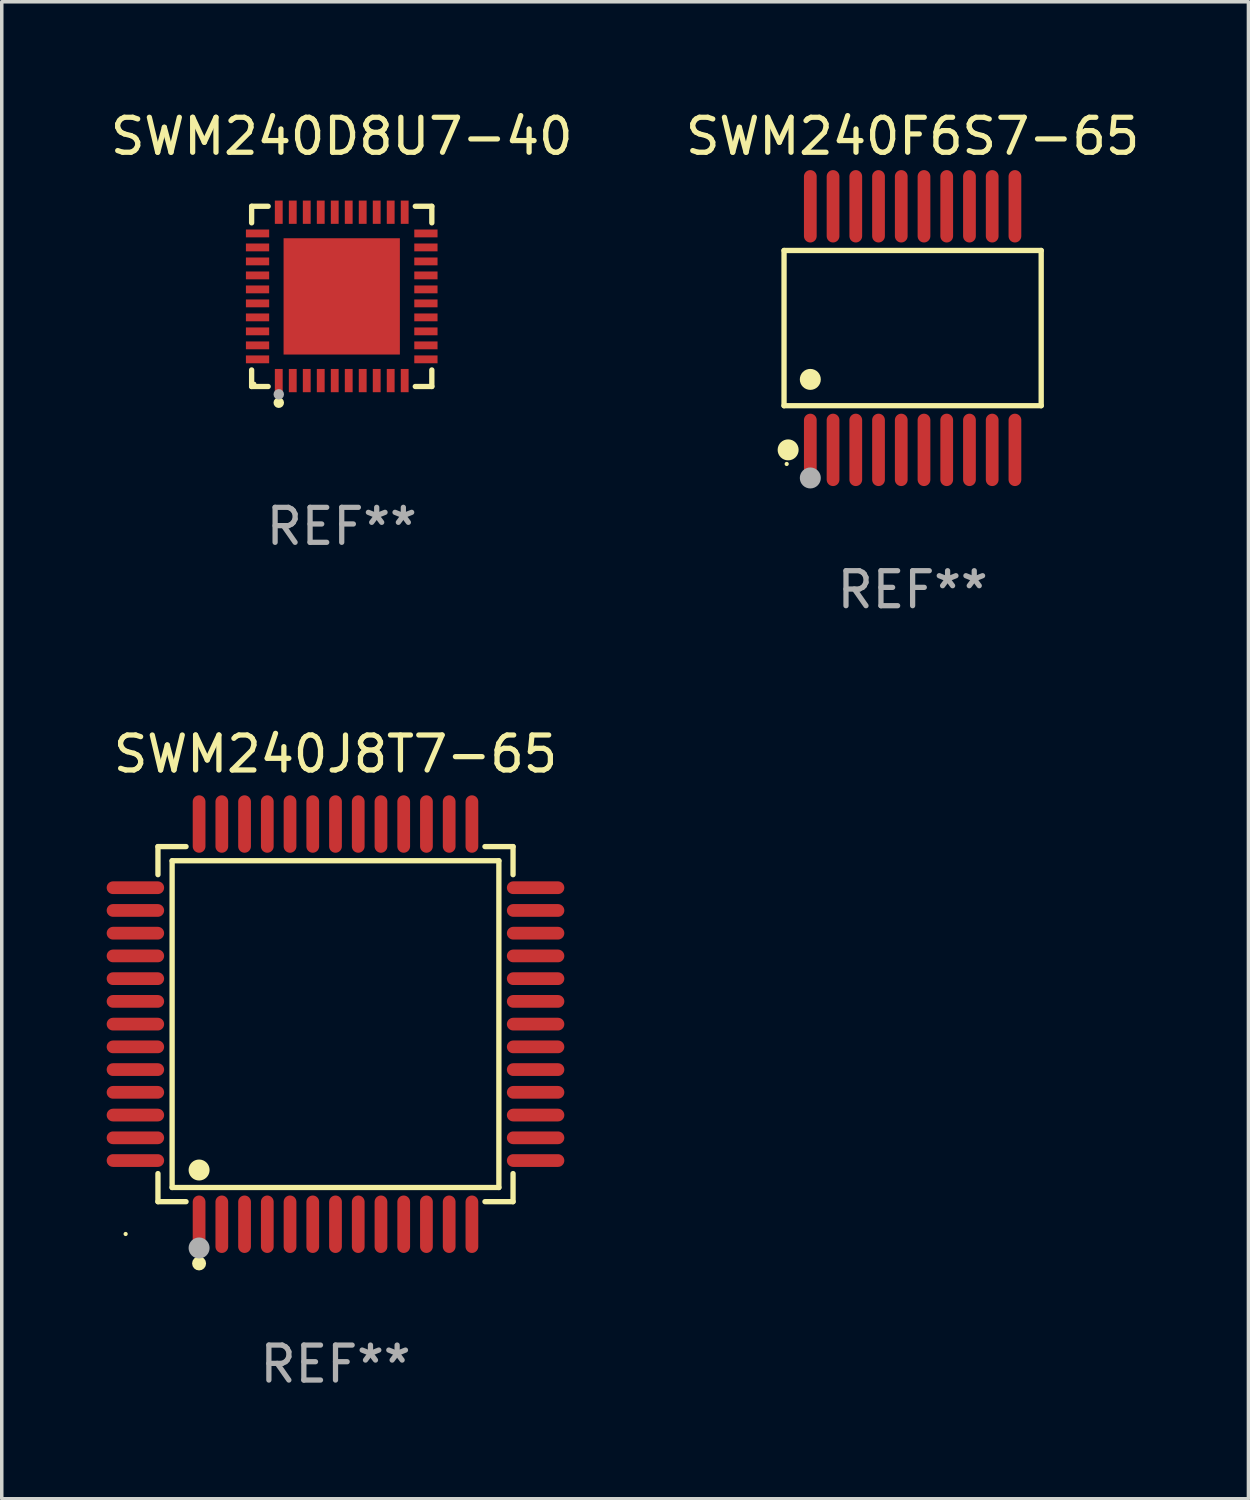
<source format=kicad_pcb>
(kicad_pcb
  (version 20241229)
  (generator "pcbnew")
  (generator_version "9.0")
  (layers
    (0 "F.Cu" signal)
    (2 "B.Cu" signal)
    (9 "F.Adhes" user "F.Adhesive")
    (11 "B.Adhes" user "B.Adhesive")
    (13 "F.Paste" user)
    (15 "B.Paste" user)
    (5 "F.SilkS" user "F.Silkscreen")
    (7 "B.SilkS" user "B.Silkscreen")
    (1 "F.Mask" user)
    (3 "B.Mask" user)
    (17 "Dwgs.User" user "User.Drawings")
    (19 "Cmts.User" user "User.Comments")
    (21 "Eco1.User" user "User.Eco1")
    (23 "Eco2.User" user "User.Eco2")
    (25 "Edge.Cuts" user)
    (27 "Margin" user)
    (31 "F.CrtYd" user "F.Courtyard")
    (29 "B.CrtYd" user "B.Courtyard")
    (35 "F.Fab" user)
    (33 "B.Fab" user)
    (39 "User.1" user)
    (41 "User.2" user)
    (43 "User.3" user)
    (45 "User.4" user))
  (footprint "SWM240F6S7-65"
    (layer "F.Cu")
    (at 23.042 6.33)
    (property "Reference" "SWM240F6S7-65" (at 0 -5.482 0) (layer "F.SilkS") (effects (font (size 1 1) (thickness 0.15))))
    (attr through_hole)
    (fp_line (start -3.676 -2.219) (end 3.676 -2.219) (stroke (width 0.152) (type solid)) (layer "F.SilkS"))
    (fp_line (start -3.676 2.219) (end -3.676 -2.219) (stroke (width 0.152) (type solid)) (layer "F.SilkS"))
    (fp_line (start 3.676 -2.219) (end 3.676 2.219) (stroke (width 0.152) (type solid)) (layer "F.SilkS"))
    (fp_line (start 3.676 2.219) (end -3.676 2.219) (stroke (width 0.152) (type solid)) (layer "F.SilkS"))
    (fp_circle (center -3.6 3.885) (end -3.57 3.885) (stroke (width 0.06) (type solid)) (fill no) (layer "F.SilkS"))
    (fp_circle (center -3.559 3.482) (end -3.409 3.482) (stroke (width 0.3) (type solid)) (fill no) (layer "F.SilkS"))
    (fp_circle (center -2.925 1.467) (end -2.775 1.467) (stroke (width 0.3) (type solid)) (fill no) (layer "F.SilkS"))
    (fp_circle (center -2.925 4.285) (end -2.775 4.285) (stroke (width 0.3) (type solid)) (fill no) (layer "F.Fab"))
    (fp_text user "REF**" (at 0 7.482 0) (layer "F.Fab") (effects (font (size 1 1) (thickness 0.15))))
    (pad "1" smd oval (at -2.925 3.482) (size 0.364 2.069) (layers "F.Cu" "F.Mask" "F.Paste"))
    (pad "2" smd oval (at -2.275 3.482) (size 0.364 2.069) (layers "F.Cu" "F.Mask" "F.Paste"))
    (pad "3" smd oval (at -1.625 3.482) (size 0.364 2.069) (layers "F.Cu" "F.Mask" "F.Paste"))
    (pad "4" smd oval (at -0.975 3.482) (size 0.364 2.069) (layers "F.Cu" "F.Mask" "F.Paste"))
    (pad "5" smd oval (at -0.325 3.482) (size 0.364 2.069) (layers "F.Cu" "F.Mask" "F.Paste"))
    (pad "6" smd oval (at 0.325 3.482) (size 0.364 2.069) (layers "F.Cu" "F.Mask" "F.Paste"))
    (pad "7" smd oval (at 0.975 3.482) (size 0.364 2.069) (layers "F.Cu" "F.Mask" "F.Paste"))
    (pad "8" smd oval (at 1.625 3.482) (size 0.364 2.069) (layers "F.Cu" "F.Mask" "F.Paste"))
    (pad "9" smd oval (at 2.275 3.482) (size 0.364 2.069) (layers "F.Cu" "F.Mask" "F.Paste"))
    (pad "10" smd oval (at 2.925 3.482) (size 0.364 2.069) (layers "F.Cu" "F.Mask" "F.Paste"))
    (pad "11" smd oval (at 2.925 -3.482) (size 0.364 2.069) (layers "F.Cu" "F.Mask" "F.Paste"))
    (pad "12" smd oval (at 2.275 -3.482) (size 0.364 2.069) (layers "F.Cu" "F.Mask" "F.Paste"))
    (pad "13" smd oval (at 1.625 -3.482) (size 0.364 2.069) (layers "F.Cu" "F.Mask" "F.Paste"))
    (pad "14" smd oval (at 0.975 -3.482) (size 0.364 2.069) (layers "F.Cu" "F.Mask" "F.Paste"))
    (pad "15" smd oval (at 0.325 -3.482) (size 0.364 2.069) (layers "F.Cu" "F.Mask" "F.Paste"))
    (pad "16" smd oval (at -0.325 -3.482) (size 0.364 2.069) (layers "F.Cu" "F.Mask" "F.Paste"))
    (pad "17" smd oval (at -0.975 -3.482) (size 0.364 2.069) (layers "F.Cu" "F.Mask" "F.Paste"))
    (pad "18" smd oval (at -1.625 -3.482) (size 0.364 2.069) (layers "F.Cu" "F.Mask" "F.Paste"))
    (pad "19" smd oval (at -2.275 -3.482) (size 0.364 2.069) (layers "F.Cu" "F.Mask" "F.Paste"))
    (pad "20" smd oval (at -2.925 -3.482) (size 0.364 2.069) (layers "F.Cu" "F.Mask" "F.Paste")))
  (footprint "SWM240J8T7-65"
    (layer "F.Cu")
    (at 6.542 26.23)
    (property "Reference" "SWM240J8T7-65" (at 0 -7.721 0) (layer "F.SilkS") (effects (font (size 1 1) (thickness 0.15))))
    (attr through_hole)
    (fp_line (start -5.076 -5.076) (end -4.273 -5.076) (stroke (width 0.152) (type solid)) (layer "F.SilkS"))
    (fp_line (start -5.076 -4.273) (end -5.076 -5.076) (stroke (width 0.152) (type solid)) (layer "F.SilkS"))
    (fp_line (start -5.076 4.273) (end -5.076 5.076) (stroke (width 0.152) (type solid)) (layer "F.SilkS"))
    (fp_line (start -5.076 5.076) (end -4.273 5.076) (stroke (width 0.152) (type solid)) (layer "F.SilkS"))
    (fp_line (start -4.671 -4.671) (end 4.671 -4.671) (stroke (width 0.152) (type solid)) (layer "F.SilkS"))
    (fp_line (start -4.671 4.671) (end -4.671 -4.671) (stroke (width 0.152) (type solid)) (layer "F.SilkS"))
    (fp_line (start 4.671 -4.671) (end 4.671 4.671) (stroke (width 0.152) (type solid)) (layer "F.SilkS"))
    (fp_line (start 4.671 4.671) (end -4.671 4.671) (stroke (width 0.152) (type solid)) (layer "F.SilkS"))
    (fp_line (start 5.076 -5.076) (end 4.273 -5.076) (stroke (width 0.152) (type solid)) (layer "F.SilkS"))
    (fp_line (start 5.076 -4.273) (end 5.076 -5.076) (stroke (width 0.152) (type solid)) (layer "F.SilkS"))
    (fp_line (start 5.076 4.273) (end 5.076 5.076) (stroke (width 0.152) (type solid)) (layer "F.SilkS"))
    (fp_line (start 5.076 5.076) (end 4.273 5.076) (stroke (width 0.152) (type solid)) (layer "F.SilkS"))
    (fp_circle (center -6 6) (end -5.97 6) (stroke (width 0.06) (type solid)) (fill no) (layer "F.SilkS"))
    (fp_circle (center -3.9 4.171) (end -3.75 4.171) (stroke (width 0.3) (type solid)) (fill no) (layer "F.SilkS"))
    (fp_circle (center -3.9 6.842) (end -3.8 6.842) (stroke (width 0.2) (type solid)) (fill no) (layer "F.SilkS"))
    (fp_circle (center -3.9 6.4) (end -3.75 6.4) (stroke (width 0.3) (type solid)) (fill no) (layer "F.Fab"))
    (fp_text user "REF**" (at 0 9.721 0) (layer "F.Fab") (effects (font (size 1 1) (thickness 0.15))))
    (pad "1" smd oval (at -3.9 5.721) (size 0.364 1.642) (layers "F.Cu" "F.Mask" "F.Paste"))
    (pad "2" smd oval (at -3.25 5.721) (size 0.364 1.642) (layers "F.Cu" "F.Mask" "F.Paste"))
    (pad "3" smd oval (at -2.6 5.721) (size 0.364 1.642) (layers "F.Cu" "F.Mask" "F.Paste"))
    (pad "4" smd oval (at -1.95 5.721) (size 0.364 1.642) (layers "F.Cu" "F.Mask" "F.Paste"))
    (pad "5" smd oval (at -1.3 5.721) (size 0.364 1.642) (layers "F.Cu" "F.Mask" "F.Paste"))
    (pad "6" smd oval (at -0.65 5.721) (size 0.364 1.642) (layers "F.Cu" "F.Mask" "F.Paste"))
    (pad "7" smd oval (at 0 5.721) (size 0.364 1.642) (layers "F.Cu" "F.Mask" "F.Paste"))
    (pad "8" smd oval (at 0.65 5.721) (size 0.364 1.642) (layers "F.Cu" "F.Mask" "F.Paste"))
    (pad "9" smd oval (at 1.3 5.721) (size 0.364 1.642) (layers "F.Cu" "F.Mask" "F.Paste"))
    (pad "10" smd oval (at 1.95 5.721) (size 0.364 1.642) (layers "F.Cu" "F.Mask" "F.Paste"))
    (pad "11" smd oval (at 2.6 5.721) (size 0.364 1.642) (layers "F.Cu" "F.Mask" "F.Paste"))
    (pad "12" smd oval (at 3.25 5.721) (size 0.364 1.642) (layers "F.Cu" "F.Mask" "F.Paste"))
    (pad "13" smd oval (at 3.9 5.721) (size 0.364 1.642) (layers "F.Cu" "F.Mask" "F.Paste"))
    (pad "14" smd oval (at 5.721 3.9) (size 1.642 0.364) (layers "F.Cu" "F.Mask" "F.Paste"))
    (pad "15" smd oval (at 5.721 3.25) (size 1.642 0.364) (layers "F.Cu" "F.Mask" "F.Paste"))
    (pad "16" smd oval (at 5.721 2.6) (size 1.642 0.364) (layers "F.Cu" "F.Mask" "F.Paste"))
    (pad "17" smd oval (at 5.721 1.95) (size 1.642 0.364) (layers "F.Cu" "F.Mask" "F.Paste"))
    (pad "18" smd oval (at 5.721 1.3) (size 1.642 0.364) (layers "F.Cu" "F.Mask" "F.Paste"))
    (pad "19" smd oval (at 5.721 0.65) (size 1.642 0.364) (layers "F.Cu" "F.Mask" "F.Paste"))
    (pad "20" smd oval (at 5.721 0) (size 1.642 0.364) (layers "F.Cu" "F.Mask" "F.Paste"))
    (pad "21" smd oval (at 5.721 -0.65) (size 1.642 0.364) (layers "F.Cu" "F.Mask" "F.Paste"))
    (pad "22" smd oval (at 5.721 -1.3) (size 1.642 0.364) (layers "F.Cu" "F.Mask" "F.Paste"))
    (pad "23" smd oval (at 5.721 -1.95) (size 1.642 0.364) (layers "F.Cu" "F.Mask" "F.Paste"))
    (pad "24" smd oval (at 5.721 -2.6) (size 1.642 0.364) (layers "F.Cu" "F.Mask" "F.Paste"))
    (pad "25" smd oval (at 5.721 -3.25) (size 1.642 0.364) (layers "F.Cu" "F.Mask" "F.Paste"))
    (pad "26" smd oval (at 5.721 -3.9) (size 1.642 0.364) (layers "F.Cu" "F.Mask" "F.Paste"))
    (pad "27" smd oval (at 3.9 -5.721) (size 0.364 1.642) (layers "F.Cu" "F.Mask" "F.Paste"))
    (pad "28" smd oval (at 3.25 -5.721) (size 0.364 1.642) (layers "F.Cu" "F.Mask" "F.Paste"))
    (pad "29" smd oval (at 2.6 -5.721) (size 0.364 1.642) (layers "F.Cu" "F.Mask" "F.Paste"))
    (pad "30" smd oval (at 1.95 -5.721) (size 0.364 1.642) (layers "F.Cu" "F.Mask" "F.Paste"))
    (pad "31" smd oval (at 1.3 -5.721) (size 0.364 1.642) (layers "F.Cu" "F.Mask" "F.Paste"))
    (pad "32" smd oval (at 0.65 -5.721) (size 0.364 1.642) (layers "F.Cu" "F.Mask" "F.Paste"))
    (pad "33" smd oval (at 0 -5.721) (size 0.364 1.642) (layers "F.Cu" "F.Mask" "F.Paste"))
    (pad "34" smd oval (at -0.65 -5.721) (size 0.364 1.642) (layers "F.Cu" "F.Mask" "F.Paste"))
    (pad "35" smd oval (at -1.3 -5.721) (size 0.364 1.642) (layers "F.Cu" "F.Mask" "F.Paste"))
    (pad "36" smd oval (at -1.95 -5.721) (size 0.364 1.642) (layers "F.Cu" "F.Mask" "F.Paste"))
    (pad "37" smd oval (at -2.6 -5.721) (size 0.364 1.642) (layers "F.Cu" "F.Mask" "F.Paste"))
    (pad "38" smd oval (at -3.25 -5.721) (size 0.364 1.642) (layers "F.Cu" "F.Mask" "F.Paste"))
    (pad "39" smd oval (at -3.9 -5.721) (size 0.364 1.642) (layers "F.Cu" "F.Mask" "F.Paste"))
    (pad "40" smd oval (at -5.721 -3.9) (size 1.642 0.364) (layers "F.Cu" "F.Mask" "F.Paste"))
    (pad "41" smd oval (at -5.721 -3.25) (size 1.642 0.364) (layers "F.Cu" "F.Mask" "F.Paste"))
    (pad "42" smd oval (at -5.721 -2.6) (size 1.642 0.364) (layers "F.Cu" "F.Mask" "F.Paste"))
    (pad "43" smd oval (at -5.721 -1.95) (size 1.642 0.364) (layers "F.Cu" "F.Mask" "F.Paste"))
    (pad "44" smd oval (at -5.721 -1.3) (size 1.642 0.364) (layers "F.Cu" "F.Mask" "F.Paste"))
    (pad "45" smd oval (at -5.721 -0.65) (size 1.642 0.364) (layers "F.Cu" "F.Mask" "F.Paste"))
    (pad "46" smd oval (at -5.721 0) (size 1.642 0.364) (layers "F.Cu" "F.Mask" "F.Paste"))
    (pad "47" smd oval (at -5.721 0.65) (size 1.642 0.364) (layers "F.Cu" "F.Mask" "F.Paste"))
    (pad "48" smd oval (at -5.721 1.3) (size 1.642 0.364) (layers "F.Cu" "F.Mask" "F.Paste"))
    (pad "49" smd oval (at -5.721 1.95) (size 1.642 0.364) (layers "F.Cu" "F.Mask" "F.Paste"))
    (pad "50" smd oval (at -5.721 2.6) (size 1.642 0.364) (layers "F.Cu" "F.Mask" "F.Paste"))
    (pad "51" smd oval (at -5.721 3.25) (size 1.642 0.364) (layers "F.Cu" "F.Mask" "F.Paste"))
    (pad "52" smd oval (at -5.721 3.9) (size 1.642 0.364) (layers "F.Cu" "F.Mask" "F.Paste")))
  (footprint "SWM240D8U7-40"
    (layer "F.Cu")
    (at 6.72 5.424)
    (property "Reference" "SWM240D8U7-40" (at 0 -4.576 0) (layer "F.SilkS") (effects (font (size 1 1) (thickness 0.15))))
    (attr through_hole)
    (fp_line (start -2.576 -2.576) (end -2.103 -2.576) (stroke (width 0.152) (type solid)) (layer "F.SilkS"))
    (fp_line (start -2.576 -2.103) (end -2.576 -2.576) (stroke (width 0.152) (type solid)) (layer "F.SilkS"))
    (fp_line (start -2.576 2.103) (end -2.576 2.576) (stroke (width 0.152) (type solid)) (layer "F.SilkS"))
    (fp_line (start -2.576 2.576) (end -2.103 2.576) (stroke (width 0.152) (type solid)) (layer "F.SilkS"))
    (fp_line (start 2.576 -2.576) (end 2.103 -2.576) (stroke (width 0.152) (type solid)) (layer "F.SilkS"))
    (fp_line (start 2.576 -2.103) (end 2.576 -2.576) (stroke (width 0.152) (type solid)) (layer "F.SilkS"))
    (fp_line (start 2.576 2.103) (end 2.576 2.576) (stroke (width 0.152) (type solid)) (layer "F.SilkS"))
    (fp_line (start 2.576 2.576) (end 2.103 2.576) (stroke (width 0.152) (type solid)) (layer "F.SilkS"))
    (fp_circle (center -2.5 2.5) (end -2.47 2.5) (stroke (width 0.06) (type solid)) (fill no) (layer "F.SilkS"))
    (fp_circle (center -1.8 3.04) (end -1.725 3.04) (stroke (width 0.15) (type solid)) (fill no) (layer "F.SilkS"))
    (fp_circle (center -1.8 2.8) (end -1.725 2.8) (stroke (width 0.15) (type solid)) (fill no) (layer "F.Fab"))
    (fp_text user "REF**" (at 0 6.576 0) (layer "F.Fab") (effects (font (size 1 1) (thickness 0.15))))
    (pad "1" smd rect (at -1.8 2.407) (size 0.224 0.665) (layers "F.Cu" "F.Mask" "F.Paste"))
    (pad "2" smd rect (at -1.4 2.407) (size 0.224 0.665) (layers "F.Cu" "F.Mask" "F.Paste"))
    (pad "3" smd rect (at -1 2.407) (size 0.224 0.665) (layers "F.Cu" "F.Mask" "F.Paste"))
    (pad "4" smd rect (at -0.6 2.407) (size 0.224 0.665) (layers "F.Cu" "F.Mask" "F.Paste"))
    (pad "5" smd rect (at -0.2 2.407) (size 0.224 0.665) (layers "F.Cu" "F.Mask" "F.Paste"))
    (pad "6" smd rect (at 0.2 2.407) (size 0.224 0.665) (layers "F.Cu" "F.Mask" "F.Paste"))
    (pad "7" smd rect (at 0.6 2.407) (size 0.224 0.665) (layers "F.Cu" "F.Mask" "F.Paste"))
    (pad "8" smd rect (at 1 2.407) (size 0.224 0.665) (layers "F.Cu" "F.Mask" "F.Paste"))
    (pad "9" smd rect (at 1.4 2.407) (size 0.224 0.665) (layers "F.Cu" "F.Mask" "F.Paste"))
    (pad "10" smd rect (at 1.8 2.407) (size 0.224 0.665) (layers "F.Cu" "F.Mask" "F.Paste"))
    (pad "11" smd rect (at 2.407 1.8) (size 0.665 0.224) (layers "F.Cu" "F.Mask" "F.Paste"))
    (pad "12" smd rect (at 2.407 1.4) (size 0.665 0.224) (layers "F.Cu" "F.Mask" "F.Paste"))
    (pad "13" smd rect (at 2.407 1) (size 0.665 0.224) (layers "F.Cu" "F.Mask" "F.Paste"))
    (pad "14" smd rect (at 2.407 0.6) (size 0.665 0.224) (layers "F.Cu" "F.Mask" "F.Paste"))
    (pad "15" smd rect (at 2.407 0.2) (size 0.665 0.224) (layers "F.Cu" "F.Mask" "F.Paste"))
    (pad "16" smd rect (at 2.407 -0.2) (size 0.665 0.224) (layers "F.Cu" "F.Mask" "F.Paste"))
    (pad "17" smd rect (at 2.407 -0.6) (size 0.665 0.224) (layers "F.Cu" "F.Mask" "F.Paste"))
    (pad "18" smd rect (at 2.407 -1) (size 0.665 0.224) (layers "F.Cu" "F.Mask" "F.Paste"))
    (pad "19" smd rect (at 2.407 -1.4) (size 0.665 0.224) (layers "F.Cu" "F.Mask" "F.Paste"))
    (pad "20" smd rect (at 2.407 -1.8) (size 0.665 0.224) (layers "F.Cu" "F.Mask" "F.Paste"))
    (pad "21" smd rect (at 1.8 -2.407) (size 0.224 0.665) (layers "F.Cu" "F.Mask" "F.Paste"))
    (pad "22" smd rect (at 1.4 -2.407) (size 0.224 0.665) (layers "F.Cu" "F.Mask" "F.Paste"))
    (pad "23" smd rect (at 1 -2.407) (size 0.224 0.665) (layers "F.Cu" "F.Mask" "F.Paste"))
    (pad "24" smd rect (at 0.6 -2.407) (size 0.224 0.665) (layers "F.Cu" "F.Mask" "F.Paste"))
    (pad "25" smd rect (at 0.2 -2.407) (size 0.224 0.665) (layers "F.Cu" "F.Mask" "F.Paste"))
    (pad "26" smd rect (at -0.2 -2.407) (size 0.224 0.665) (layers "F.Cu" "F.Mask" "F.Paste"))
    (pad "27" smd rect (at -0.6 -2.407) (size 0.224 0.665) (layers "F.Cu" "F.Mask" "F.Paste"))
    (pad "28" smd rect (at -1 -2.407) (size 0.224 0.665) (layers "F.Cu" "F.Mask" "F.Paste"))
    (pad "29" smd rect (at -1.4 -2.407) (size 0.224 0.665) (layers "F.Cu" "F.Mask" "F.Paste"))
    (pad "30" smd rect (at -1.8 -2.407) (size 0.224 0.665) (layers "F.Cu" "F.Mask" "F.Paste"))
    (pad "31" smd rect (at -2.407 -1.8) (size 0.665 0.224) (layers "F.Cu" "F.Mask" "F.Paste"))
    (pad "32" smd rect (at -2.407 -1.4) (size 0.665 0.224) (layers "F.Cu" "F.Mask" "F.Paste"))
    (pad "33" smd rect (at -2.407 -1) (size 0.665 0.224) (layers "F.Cu" "F.Mask" "F.Paste"))
    (pad "34" smd rect (at -2.407 -0.6) (size 0.665 0.224) (layers "F.Cu" "F.Mask" "F.Paste"))
    (pad "35" smd rect (at -2.407 -0.2) (size 0.665 0.224) (layers "F.Cu" "F.Mask" "F.Paste"))
    (pad "36" smd rect (at -2.407 0.2) (size 0.665 0.224) (layers "F.Cu" "F.Mask" "F.Paste"))
    (pad "37" smd rect (at -2.407 0.6) (size 0.665 0.224) (layers "F.Cu" "F.Mask" "F.Paste"))
    (pad "38" smd rect (at -2.407 1) (size 0.665 0.224) (layers "F.Cu" "F.Mask" "F.Paste"))
    (pad "39" smd rect (at -2.407 1.4) (size 0.665 0.224) (layers "F.Cu" "F.Mask" "F.Paste"))
    (pad "40" smd rect (at -2.407 1.8) (size 0.665 0.224) (layers "F.Cu" "F.Mask" "F.Paste"))
    (pad "41" smd rect (at 0 0) (size 3.325 3.325) (layers "F.Cu" "F.Mask" "F.Paste")))
  (gr_rect
    (start -3 -3)
    (end 32.643 39.799)
    (stroke (width 0.1) (type default))
    (fill no)
    (layer "Edge.Cuts")))
</source>
